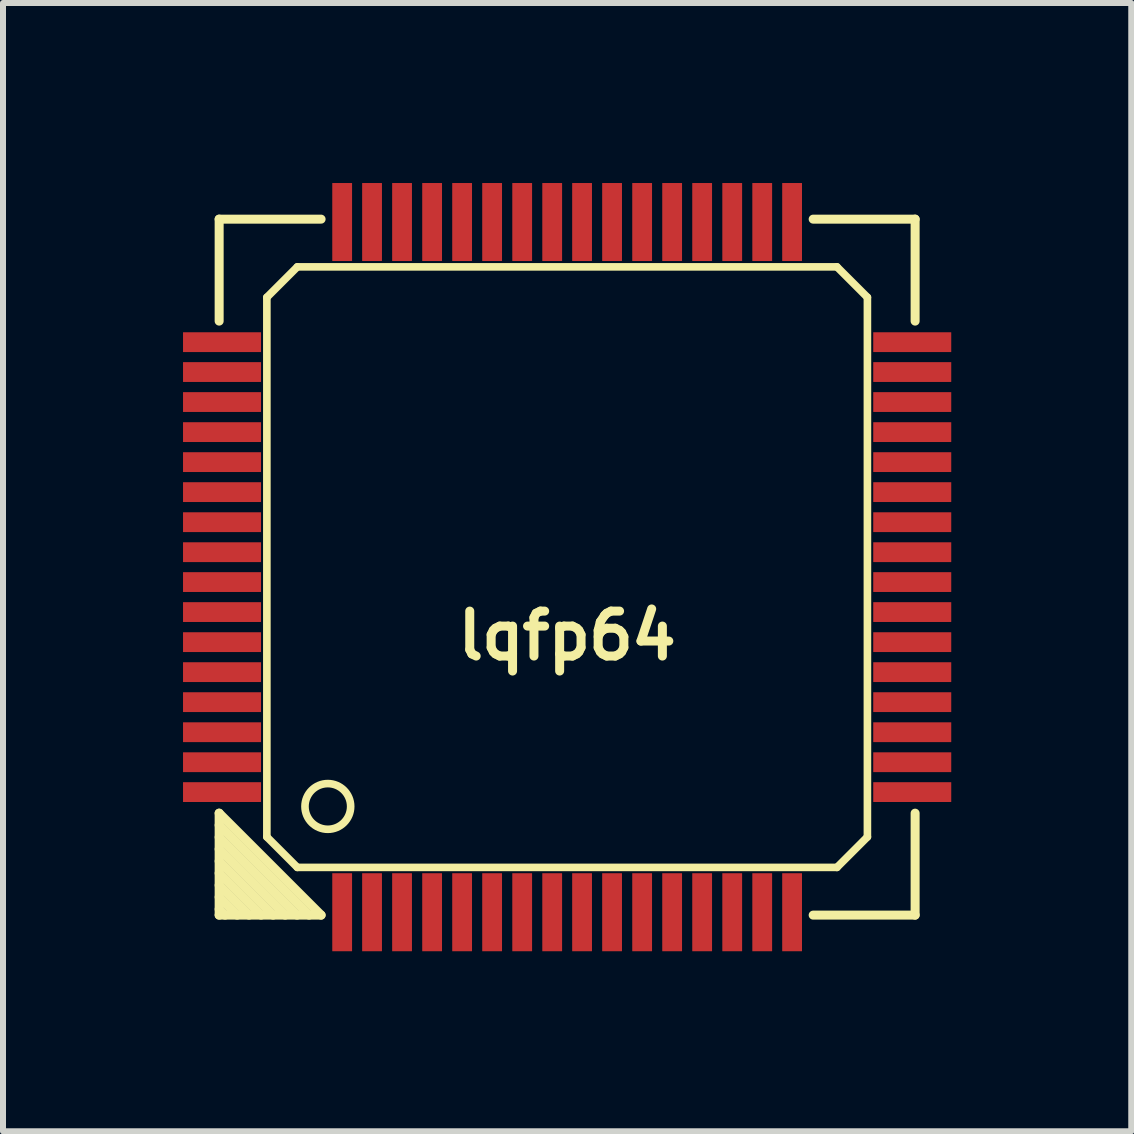
<source format=kicad_pcb>
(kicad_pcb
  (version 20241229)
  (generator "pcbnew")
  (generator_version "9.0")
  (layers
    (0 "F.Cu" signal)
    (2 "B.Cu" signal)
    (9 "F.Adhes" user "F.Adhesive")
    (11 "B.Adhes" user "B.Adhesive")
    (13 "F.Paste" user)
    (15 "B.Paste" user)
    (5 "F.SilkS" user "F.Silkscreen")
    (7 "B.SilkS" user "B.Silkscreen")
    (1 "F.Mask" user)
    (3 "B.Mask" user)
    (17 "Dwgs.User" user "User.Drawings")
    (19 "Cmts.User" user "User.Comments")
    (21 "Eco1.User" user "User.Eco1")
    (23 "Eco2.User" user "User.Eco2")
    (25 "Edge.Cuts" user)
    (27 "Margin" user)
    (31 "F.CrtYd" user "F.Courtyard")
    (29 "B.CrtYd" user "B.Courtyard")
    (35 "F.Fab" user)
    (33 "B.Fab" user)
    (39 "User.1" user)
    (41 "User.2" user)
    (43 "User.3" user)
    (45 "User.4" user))
  (footprint "lqfp64"
    (layer "F.Cu")
    (at 6.401 6.401)
    (property "Reference" "lqfp64" (at 0 1.143 0) (layer "F.SilkS") (effects (font (size 0.749 0.749) (thickness 0.15))))
    (attr through_hole)
    (fp_line (start -5.799 -5.799) (end -4.1 -5.799) (stroke (width 0.15) (type solid)) (layer "F.SilkS"))
    (fp_line (start -5.799 -4.1) (end -5.799 -5.799) (stroke (width 0.15) (type solid)) (layer "F.SilkS"))
    (fp_line (start -5.799 4.1) (end -4.1 5.799) (stroke (width 0.15) (type solid)) (layer "F.SilkS"))
    (fp_line (start -5.799 4.501) (end -4.501 5.799) (stroke (width 0.15) (type solid)) (layer "F.SilkS"))
    (fp_line (start -5.799 4.9) (end -4.9 5.799) (stroke (width 0.15) (type solid)) (layer "F.SilkS"))
    (fp_line (start -5.799 5.301) (end -5.301 5.799) (stroke (width 0.15) (type solid)) (layer "F.SilkS"))
    (fp_line (start -5.799 5.7) (end -5.7 5.799) (stroke (width 0.15) (type solid)) (layer "F.SilkS"))
    (fp_line (start -5.799 5.799) (end -5.799 4.1) (stroke (width 0.15) (type solid)) (layer "F.SilkS"))
    (fp_line (start -5.499 5.799) (end -5.799 5.499) (stroke (width 0.15) (type solid)) (layer "F.SilkS"))
    (fp_line (start -5.1 5.799) (end -5.799 5.1) (stroke (width 0.15) (type solid)) (layer "F.SilkS"))
    (fp_line (start -5.004 -4.496) (end -4.496 -5.004) (stroke (width 0.127) (type solid)) (layer "F.SilkS"))
    (fp_line (start -5.004 4.496) (end -5.004 -4.496) (stroke (width 0.127) (type solid)) (layer "F.SilkS"))
    (fp_line (start -4.699 5.799) (end -5.799 4.699) (stroke (width 0.15) (type solid)) (layer "F.SilkS"))
    (fp_line (start -4.496 -5.004) (end 4.496 -5.004) (stroke (width 0.127) (type solid)) (layer "F.SilkS"))
    (fp_line (start -4.496 5.004) (end -5.004 4.496) (stroke (width 0.127) (type solid)) (layer "F.SilkS"))
    (fp_line (start -4.3 5.799) (end -5.799 4.3) (stroke (width 0.15) (type solid)) (layer "F.SilkS"))
    (fp_line (start -4.1 5.799) (end -5.799 5.799) (stroke (width 0.15) (type solid)) (layer "F.SilkS"))
    (fp_line (start 4.1 -5.799) (end 5.799 -5.799) (stroke (width 0.15) (type solid)) (layer "F.SilkS"))
    (fp_line (start 4.496 -5.004) (end 5.004 -4.496) (stroke (width 0.127) (type solid)) (layer "F.SilkS"))
    (fp_line (start 4.496 5.004) (end -4.496 5.004) (stroke (width 0.127) (type solid)) (layer "F.SilkS"))
    (fp_line (start 5.004 4.496) (end 4.496 5.004) (stroke (width 0.127) (type solid)) (layer "F.SilkS"))
    (fp_line (start 5.004 4.496) (end 5.004 -4.496) (stroke (width 0.127) (type solid)) (layer "F.SilkS"))
    (fp_line (start 5.799 -5.799) (end 5.799 -4.1) (stroke (width 0.15) (type solid)) (layer "F.SilkS"))
    (fp_line (start 5.799 4.1) (end 5.799 5.799) (stroke (width 0.15) (type solid)) (layer "F.SilkS"))
    (fp_line (start 5.799 5.799) (end 4.1 5.799) (stroke (width 0.15) (type solid)) (layer "F.SilkS"))
    (fp_circle (center -3.988 3.988) (end -4.216 4.293) (stroke (width 0.127) (type solid)) (fill no) (layer "F.SilkS"))
    (pad "1" smd rect (at -3.749 5.751) (size 0.33 1.3) (layers "F.Cu" "F.Mask" "F.Paste"))
    (pad "2" smd rect (at -3.251 5.751) (size 0.33 1.3) (layers "F.Cu" "F.Mask" "F.Paste"))
    (pad "3" smd rect (at -2.751 5.751) (size 0.33 1.3) (layers "F.Cu" "F.Mask" "F.Paste"))
    (pad "4" smd rect (at -2.25 5.751) (size 0.33 1.3) (layers "F.Cu" "F.Mask" "F.Paste"))
    (pad "5" smd rect (at -1.75 5.751) (size 0.33 1.3) (layers "F.Cu" "F.Mask" "F.Paste"))
    (pad "6" smd rect (at -1.25 5.751) (size 0.33 1.3) (layers "F.Cu" "F.Mask" "F.Paste"))
    (pad "7" smd rect (at -0.749 5.751) (size 0.33 1.3) (layers "F.Cu" "F.Mask" "F.Paste"))
    (pad "8" smd rect (at -0.249 5.751) (size 0.33 1.3) (layers "F.Cu" "F.Mask" "F.Paste"))
    (pad "9" smd rect (at 0.249 5.751) (size 0.33 1.3) (layers "F.Cu" "F.Mask" "F.Paste"))
    (pad "10" smd rect (at 0.749 5.751) (size 0.33 1.3) (layers "F.Cu" "F.Mask" "F.Paste"))
    (pad "11" smd rect (at 1.25 5.751) (size 0.33 1.3) (layers "F.Cu" "F.Mask" "F.Paste"))
    (pad "12" smd rect (at 1.75 5.751) (size 0.33 1.3) (layers "F.Cu" "F.Mask" "F.Paste"))
    (pad "13" smd rect (at 2.25 5.751) (size 0.33 1.3) (layers "F.Cu" "F.Mask" "F.Paste"))
    (pad "14" smd rect (at 2.751 5.751) (size 0.33 1.3) (layers "F.Cu" "F.Mask" "F.Paste"))
    (pad "15" smd rect (at 3.251 5.751) (size 0.33 1.3) (layers "F.Cu" "F.Mask" "F.Paste"))
    (pad "16" smd rect (at 3.749 5.751) (size 0.33 1.3) (layers "F.Cu" "F.Mask" "F.Paste"))
    (pad "17" smd rect (at 5.751 3.749) (size 1.3 0.33) (layers "F.Cu" "F.Mask" "F.Paste"))
    (pad "18" smd rect (at 5.751 3.251) (size 1.3 0.33) (layers "F.Cu" "F.Mask" "F.Paste"))
    (pad "19" smd rect (at 5.751 2.751) (size 1.3 0.33) (layers "F.Cu" "F.Mask" "F.Paste"))
    (pad "20" smd rect (at 5.751 2.25) (size 1.3 0.33) (layers "F.Cu" "F.Mask" "F.Paste"))
    (pad "21" smd rect (at 5.751 1.75) (size 1.3 0.33) (layers "F.Cu" "F.Mask" "F.Paste"))
    (pad "22" smd rect (at 5.751 1.25) (size 1.3 0.33) (layers "F.Cu" "F.Mask" "F.Paste"))
    (pad "23" smd rect (at 5.751 0.749) (size 1.3 0.33) (layers "F.Cu" "F.Mask" "F.Paste"))
    (pad "24" smd rect (at 5.751 0.249) (size 1.3 0.33) (layers "F.Cu" "F.Mask" "F.Paste"))
    (pad "25" smd rect (at 5.751 -0.249) (size 1.3 0.33) (layers "F.Cu" "F.Mask" "F.Paste"))
    (pad "26" smd rect (at 5.751 -0.749) (size 1.3 0.33) (layers "F.Cu" "F.Mask" "F.Paste"))
    (pad "27" smd rect (at 5.751 -1.25) (size 1.3 0.33) (layers "F.Cu" "F.Mask" "F.Paste"))
    (pad "28" smd rect (at 5.751 -1.75) (size 1.3 0.33) (layers "F.Cu" "F.Mask" "F.Paste"))
    (pad "29" smd rect (at 5.751 -2.25) (size 1.3 0.33) (layers "F.Cu" "F.Mask" "F.Paste"))
    (pad "30" smd rect (at 5.751 -2.751) (size 1.3 0.33) (layers "F.Cu" "F.Mask" "F.Paste"))
    (pad "31" smd rect (at 5.751 -3.251) (size 1.3 0.33) (layers "F.Cu" "F.Mask" "F.Paste"))
    (pad "32" smd rect (at 5.751 -3.749) (size 1.3 0.33) (layers "F.Cu" "F.Mask" "F.Paste"))
    (pad "33" smd rect (at 3.749 -5.751) (size 0.33 1.3) (layers "F.Cu" "F.Mask" "F.Paste"))
    (pad "34" smd rect (at 3.251 -5.751) (size 0.33 1.3) (layers "F.Cu" "F.Mask" "F.Paste"))
    (pad "35" smd rect (at 2.751 -5.751) (size 0.33 1.3) (layers "F.Cu" "F.Mask" "F.Paste"))
    (pad "36" smd rect (at 2.25 -5.751) (size 0.33 1.3) (layers "F.Cu" "F.Mask" "F.Paste"))
    (pad "37" smd rect (at 1.75 -5.751) (size 0.33 1.3) (layers "F.Cu" "F.Mask" "F.Paste"))
    (pad "38" smd rect (at 1.25 -5.751) (size 0.33 1.3) (layers "F.Cu" "F.Mask" "F.Paste"))
    (pad "39" smd rect (at 0.749 -5.751) (size 0.33 1.3) (layers "F.Cu" "F.Mask" "F.Paste"))
    (pad "40" smd rect (at 0.249 -5.751) (size 0.33 1.3) (layers "F.Cu" "F.Mask" "F.Paste"))
    (pad "41" smd rect (at -0.249 -5.751) (size 0.33 1.3) (layers "F.Cu" "F.Mask" "F.Paste"))
    (pad "42" smd rect (at -0.749 -5.751) (size 0.33 1.3) (layers "F.Cu" "F.Mask" "F.Paste"))
    (pad "43" smd rect (at -1.25 -5.751) (size 0.33 1.3) (layers "F.Cu" "F.Mask" "F.Paste"))
    (pad "44" smd rect (at -1.75 -5.751) (size 0.33 1.3) (layers "F.Cu" "F.Mask" "F.Paste"))
    (pad "45" smd rect (at -2.25 -5.751) (size 0.33 1.3) (layers "F.Cu" "F.Mask" "F.Paste"))
    (pad "46" smd rect (at -2.751 -5.751) (size 0.33 1.3) (layers "F.Cu" "F.Mask" "F.Paste"))
    (pad "47" smd rect (at -3.251 -5.751) (size 0.33 1.3) (layers "F.Cu" "F.Mask" "F.Paste"))
    (pad "48" smd rect (at -3.749 -5.751) (size 0.33 1.3) (layers "F.Cu" "F.Mask" "F.Paste"))
    (pad "49" smd rect (at -5.751 -3.749) (size 1.3 0.33) (layers "F.Cu" "F.Mask" "F.Paste"))
    (pad "50" smd rect (at -5.751 -3.251) (size 1.3 0.33) (layers "F.Cu" "F.Mask" "F.Paste"))
    (pad "51" smd rect (at -5.751 -2.751) (size 1.3 0.33) (layers "F.Cu" "F.Mask" "F.Paste"))
    (pad "52" smd rect (at -5.751 -2.25) (size 1.3 0.33) (layers "F.Cu" "F.Mask" "F.Paste"))
    (pad "53" smd rect (at -5.751 -1.75) (size 1.3 0.33) (layers "F.Cu" "F.Mask" "F.Paste"))
    (pad "54" smd rect (at -5.751 -1.25) (size 1.3 0.33) (layers "F.Cu" "F.Mask" "F.Paste"))
    (pad "55" smd rect (at -5.751 -0.749) (size 1.3 0.33) (layers "F.Cu" "F.Mask" "F.Paste"))
    (pad "56" smd rect (at -5.751 -0.249) (size 1.3 0.33) (layers "F.Cu" "F.Mask" "F.Paste"))
    (pad "57" smd rect (at -5.751 0.249) (size 1.3 0.33) (layers "F.Cu" "F.Mask" "F.Paste"))
    (pad "58" smd rect (at -5.751 0.749) (size 1.3 0.33) (layers "F.Cu" "F.Mask" "F.Paste"))
    (pad "59" smd rect (at -5.751 1.25) (size 1.3 0.33) (layers "F.Cu" "F.Mask" "F.Paste"))
    (pad "60" smd rect (at -5.751 1.75) (size 1.3 0.33) (layers "F.Cu" "F.Mask" "F.Paste"))
    (pad "61" smd rect (at -5.751 2.25) (size 1.3 0.33) (layers "F.Cu" "F.Mask" "F.Paste"))
    (pad "62" smd rect (at -5.751 2.751) (size 1.3 0.33) (layers "F.Cu" "F.Mask" "F.Paste"))
    (pad "63" smd rect (at -5.751 3.251) (size 1.3 0.33) (layers "F.Cu" "F.Mask" "F.Paste"))
    (pad "64" smd rect (at -5.751 3.749) (size 1.3 0.33) (layers "F.Cu" "F.Mask" "F.Paste")))
  (gr_rect
    (start -3 -3)
    (end 15.802 15.802)
    (stroke (width 0.1) (type default))
    (fill no)
    (layer "Edge.Cuts")))
</source>
